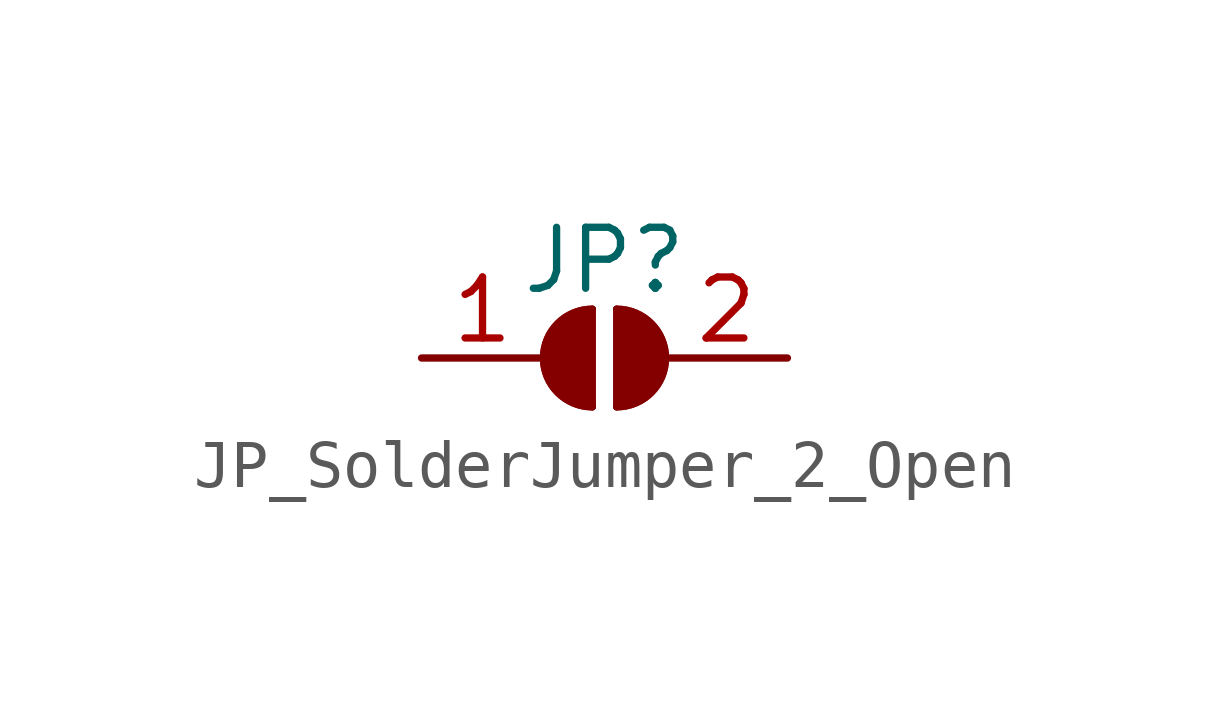
<source format=kicad_sym>
(kicad_symbol_lib
  (version 20220914)
  (generator kicad_symbol_editor)
  (symbol "JP_SolderJumper_2_Open"
    (pin_names
      (offset 0) hide)
    (property "Reference" "JP"
      (at 0 2.032 0)
      (effects (font (size 1.27 1.27))))
    (symbol "JP_SolderJumper_2_Open_0_1"
      (arc (start -0.254 1.016) (mid -1.2656 0) (end -0.254 -1.016) (stroke (width 0) (type default)) (fill (type none)))
      (arc (start -0.254 1.016) (mid -1.2656 0) (end -0.254 -1.016) (stroke (width 0) (type default)) (fill (type outline)))
      (polyline (pts (xy -0.254 1.016) (xy -0.254 -1.016)) (stroke (width 0) (type default)) (fill (type none)))
      (polyline (pts (xy 0.254 1.016) (xy 0.254 -1.016)) (stroke (width 0) (type default)) (fill (type none)))
      (arc (start 0.254 -1.016) (mid 1.2656 0) (end 0.254 1.016) (stroke (width 0) (type default)) (fill (type none)))
      (arc (start 0.254 -1.016) (mid 1.2656 0) (end 0.254 1.016) (stroke (width 0) (type default)) (fill (type outline))))
    (symbol "JP_SolderJumper_2_Open_1_1"
      (pin passive line (at -3.81 0 0) (length 2.54) (name "A" (effects (font (size 1.27 1.27)))) (number "1" (effects (font (size 1.27 1.27)))))
      (pin passive line (at 3.81 0 180) (length 2.54) (name "B" (effects (font (size 1.27 1.27)))) (number "2" (effects (font (size 1.27 1.27))))))))
</source>
